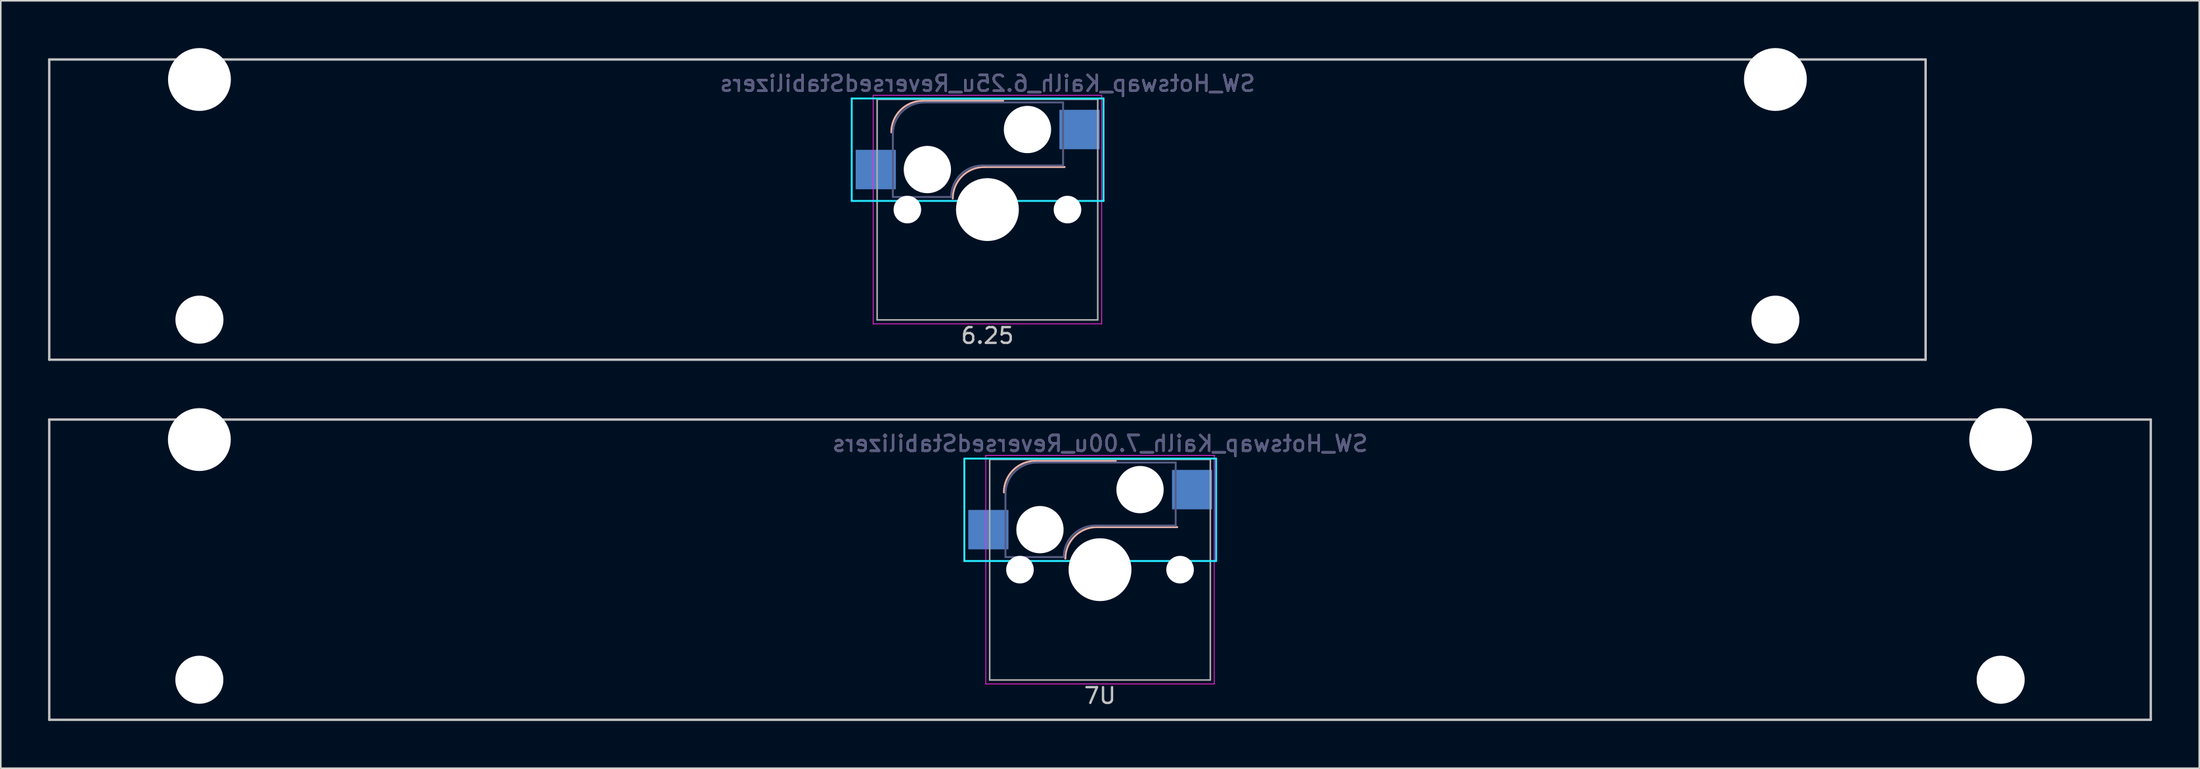
<source format=kicad_pcb>
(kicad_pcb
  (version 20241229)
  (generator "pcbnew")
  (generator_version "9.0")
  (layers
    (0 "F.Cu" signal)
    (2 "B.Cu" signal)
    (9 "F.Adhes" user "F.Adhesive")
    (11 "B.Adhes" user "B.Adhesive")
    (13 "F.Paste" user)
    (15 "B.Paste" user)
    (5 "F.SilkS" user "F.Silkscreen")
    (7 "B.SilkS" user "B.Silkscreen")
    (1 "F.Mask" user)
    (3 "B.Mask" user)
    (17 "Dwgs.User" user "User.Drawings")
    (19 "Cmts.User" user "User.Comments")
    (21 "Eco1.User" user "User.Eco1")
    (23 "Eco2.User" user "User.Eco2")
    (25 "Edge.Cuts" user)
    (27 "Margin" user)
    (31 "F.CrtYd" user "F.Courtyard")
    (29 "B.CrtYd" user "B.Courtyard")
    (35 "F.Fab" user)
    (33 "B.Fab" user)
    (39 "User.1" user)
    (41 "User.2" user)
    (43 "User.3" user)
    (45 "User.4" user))
  (footprint "SW_Hotswap_Kailh_6.25u_ReversedStabilizers"
    (layer "F.Cu")
    (at 59.606 10.249)
    (property "Reference" "SW_Hotswap_Kailh_6.25u_ReversedStabilizers" (at 0 -8 0) (layer "B.SilkS") (effects (font (size 1 1) (thickness 0.15)) (justify mirror)))
    (attr smd)
    (fp_line (start 1 -6.9) (end -4.1 -6.9) (stroke (width 0.12) (type solid)) (layer "B.SilkS"))
    (fp_line (start 4.9 -2.7) (end -0.2 -2.7) (stroke (width 0.12) (type solid)) (layer "B.SilkS"))
    (fp_arc (start -6.1 -4.9) (mid -5.514214 -6.314214) (end -4.1 -6.9) (stroke (width 0.12) (type solid)) (layer "B.SilkS"))
    (fp_arc (start -2.2 -0.7) (mid -1.614214 -2.114214) (end -0.2 -2.7) (stroke (width 0.12) (type solid)) (layer "B.SilkS"))
    (fp_line (start -59.531 -9.525) (end 59.531 -9.525) (stroke (width 0.15) (type solid)) (layer "Dwgs.User"))
    (fp_line (start -59.531 9.525) (end -59.531 -9.525) (stroke (width 0.15) (type solid)) (layer "Dwgs.User"))
    (fp_line (start 59.531 -9.525) (end 59.531 9.525) (stroke (width 0.15) (type solid)) (layer "Dwgs.User"))
    (fp_line (start 59.531 9.525) (end -59.531 9.525) (stroke (width 0.15) (type solid)) (layer "Dwgs.User"))
    (fp_line (start -8.61 -7.05) (end 7.367 -7.05) (stroke (width 0.12) (type solid)) (layer "B.CrtYd"))
    (fp_line (start -8.61 -0.55) (end -8.61 -7.05) (stroke (width 0.12) (type solid)) (layer "B.CrtYd"))
    (fp_line (start -8.61 -0.55) (end 7.367 -0.55) (stroke (width 0.12) (type solid)) (layer "B.CrtYd"))
    (fp_line (start 7.367 -7.05) (end 7.367 -0.55) (stroke (width 0.12) (type solid)) (layer "B.CrtYd"))
    (fp_line (start -7.25 -7.25) (end 7.25 -7.25) (stroke (width 0.05) (type solid)) (layer "F.CrtYd"))
    (fp_line (start -7.25 7.25) (end -7.25 -7.25) (stroke (width 0.05) (type solid)) (layer "F.CrtYd"))
    (fp_line (start 7.25 -7.25) (end 7.25 7.25) (stroke (width 0.05) (type solid)) (layer "F.CrtYd"))
    (fp_line (start 7.25 7.25) (end -7.25 7.25) (stroke (width 0.05) (type solid)) (layer "F.CrtYd"))
    (fp_line (start -6 -0.8) (end -6 -4.8) (stroke (width 0.12) (type solid)) (layer "B.Fab"))
    (fp_line (start -6 -0.8) (end -2.3 -0.8) (stroke (width 0.12) (type solid)) (layer "B.Fab"))
    (fp_line (start -4 -6.8) (end 4.8 -6.8) (stroke (width 0.12) (type solid)) (layer "B.Fab"))
    (fp_line (start -0.3 -2.8) (end 4.8 -2.8) (stroke (width 0.12) (type solid)) (layer "B.Fab"))
    (fp_line (start 4.8 -6.8) (end 4.8 -2.8) (stroke (width 0.12) (type solid)) (layer "B.Fab"))
    (fp_arc (start -6 -4.8) (mid -5.414214 -6.214214) (end -4 -6.8) (stroke (width 0.12) (type solid)) (layer "B.Fab"))
    (fp_arc (start -2.3 -0.8) (mid -1.714214 -2.214214) (end -0.3 -2.8) (stroke (width 0.12) (type solid)) (layer "B.Fab"))
    (fp_line (start -7 -7) (end 7 -7) (stroke (width 0.1) (type solid)) (layer "F.Fab"))
    (fp_line (start -7 7) (end -7 -7) (stroke (width 0.1) (type solid)) (layer "F.Fab"))
    (fp_line (start 7 -7) (end 7 7) (stroke (width 0.1) (type solid)) (layer "F.Fab"))
    (fp_line (start 7 7) (end -7 7) (stroke (width 0.1) (type solid)) (layer "F.Fab"))
    (fp_text user "6.25" (at 0 8 0) (layer "Dwgs.User") (effects (font (size 1 1) (thickness 0.15))))
    (fp_text user "${REFERENCE}" (at 0 -8 0) (layer "B.Fab") (effects (font (size 1 1) (thickness 0.15)) (justify mirror)))
    (pad "" np_thru_hole circle (at -50 -8.255) (size 3.988 3.988) (drill 3.988) (layers "*.Cu" "*.Mask"))
    (pad "" np_thru_hole circle (at -50 6.985) (size 3.048 3.048) (drill 3.048) (layers "*.Cu" "*.Mask"))
    (pad "" np_thru_hole circle (at -5.08 0 48.1) (size 1.75 1.75) (drill 1.75) (layers "*.Cu" "*.Mask"))
    (pad "" np_thru_hole circle (at -3.81 -2.54) (size 3 3) (drill 3) (layers "*.Cu" "*.Mask"))
    (pad "" np_thru_hole circle (at 0 0) (size 3.988 3.988) (drill 3.988) (layers "*.Cu" "*.Mask"))
    (pad "" np_thru_hole circle (at 2.54 -5.08) (size 3 3) (drill 3) (layers "*.Cu" "*.Mask"))
    (pad "" np_thru_hole circle (at 5.08 0 48.1) (size 1.75 1.75) (drill 1.75) (layers "*.Cu" "*.Mask"))
    (pad "" np_thru_hole circle (at 50 -8.255) (size 3.988 3.988) (drill 3.988) (layers "*.Cu" "*.Mask"))
    (pad "" np_thru_hole circle (at 50 6.985) (size 3.048 3.048) (drill 3.048) (layers "*.Cu" "*.Mask"))
    (pad "1" smd rect (at -7.085 -2.54) (size 2.55 2.5) (layers "B.Cu" "B.Mask" "B.Paste"))
    (pad "2" smd rect (at 5.842 -5.08) (size 2.55 2.5) (layers "B.Cu" "B.Mask" "B.Paste")))
  (footprint "SW_Hotswap_Kailh_7.00u_ReversedStabilizers"
    (layer "F.Cu")
    (at 66.75 33.098)
    (property "Reference" "SW_Hotswap_Kailh_7.00u_ReversedStabilizers" (at 0 -8 0) (layer "B.SilkS") (effects (font (size 1 1) (thickness 0.15)) (justify mirror)))
    (attr smd)
    (fp_line (start 1 -6.9) (end -4.1 -6.9) (stroke (width 0.12) (type solid)) (layer "B.SilkS"))
    (fp_line (start 4.9 -2.7) (end -0.2 -2.7) (stroke (width 0.12) (type solid)) (layer "B.SilkS"))
    (fp_arc (start -6.1 -4.9) (mid -5.514214 -6.314214) (end -4.1 -6.9) (stroke (width 0.12) (type solid)) (layer "B.SilkS"))
    (fp_arc (start -2.2 -0.7) (mid -1.614214 -2.114214) (end -0.2 -2.7) (stroke (width 0.12) (type solid)) (layer "B.SilkS"))
    (fp_line (start -66.675 -9.525) (end 66.675 -9.525) (stroke (width 0.15) (type solid)) (layer "Dwgs.User"))
    (fp_line (start -66.675 9.525) (end -66.675 -9.525) (stroke (width 0.15) (type solid)) (layer "Dwgs.User"))
    (fp_line (start 66.675 -9.525) (end 66.675 9.525) (stroke (width 0.15) (type solid)) (layer "Dwgs.User"))
    (fp_line (start 66.675 9.525) (end -66.675 9.525) (stroke (width 0.15) (type solid)) (layer "Dwgs.User"))
    (fp_line (start -8.61 -7.05) (end 7.367 -7.05) (stroke (width 0.12) (type solid)) (layer "B.CrtYd"))
    (fp_line (start -8.61 -0.55) (end -8.61 -7.05) (stroke (width 0.12) (type solid)) (layer "B.CrtYd"))
    (fp_line (start -8.61 -0.55) (end 7.367 -0.55) (stroke (width 0.12) (type solid)) (layer "B.CrtYd"))
    (fp_line (start 7.367 -7.05) (end 7.367 -0.55) (stroke (width 0.12) (type solid)) (layer "B.CrtYd"))
    (fp_line (start -7.25 -7.25) (end 7.25 -7.25) (stroke (width 0.05) (type solid)) (layer "F.CrtYd"))
    (fp_line (start -7.25 7.25) (end -7.25 -7.25) (stroke (width 0.05) (type solid)) (layer "F.CrtYd"))
    (fp_line (start 7.25 -7.25) (end 7.25 7.25) (stroke (width 0.05) (type solid)) (layer "F.CrtYd"))
    (fp_line (start 7.25 7.25) (end -7.25 7.25) (stroke (width 0.05) (type solid)) (layer "F.CrtYd"))
    (fp_line (start -6 -0.8) (end -6 -4.8) (stroke (width 0.12) (type solid)) (layer "B.Fab"))
    (fp_line (start -6 -0.8) (end -2.3 -0.8) (stroke (width 0.12) (type solid)) (layer "B.Fab"))
    (fp_line (start -4 -6.8) (end 4.8 -6.8) (stroke (width 0.12) (type solid)) (layer "B.Fab"))
    (fp_line (start -0.3 -2.8) (end 4.8 -2.8) (stroke (width 0.12) (type solid)) (layer "B.Fab"))
    (fp_line (start 4.8 -6.8) (end 4.8 -2.8) (stroke (width 0.12) (type solid)) (layer "B.Fab"))
    (fp_arc (start -6 -4.8) (mid -5.414214 -6.214214) (end -4 -6.8) (stroke (width 0.12) (type solid)) (layer "B.Fab"))
    (fp_arc (start -2.3 -0.8) (mid -1.714214 -2.214214) (end -0.3 -2.8) (stroke (width 0.12) (type solid)) (layer "B.Fab"))
    (fp_line (start -7 -7) (end 7 -7) (stroke (width 0.1) (type solid)) (layer "F.Fab"))
    (fp_line (start -7 7) (end -7 -7) (stroke (width 0.1) (type solid)) (layer "F.Fab"))
    (fp_line (start 7 -7) (end 7 7) (stroke (width 0.1) (type solid)) (layer "F.Fab"))
    (fp_line (start 7 7) (end -7 7) (stroke (width 0.1) (type solid)) (layer "F.Fab"))
    (fp_text user "7U" (at 0 8 0) (layer "Dwgs.User") (effects (font (size 1 1) (thickness 0.15))))
    (fp_text user "${REFERENCE}" (at 0 -8 0) (layer "B.Fab") (effects (font (size 1 1) (thickness 0.15)) (justify mirror)))
    (pad "" np_thru_hole circle (at -57.15 -8.255) (size 3.988 3.988) (drill 3.988) (layers "*.Cu" "*.Mask"))
    (pad "" np_thru_hole circle (at -57.15 6.985) (size 3.048 3.048) (drill 3.048) (layers "*.Cu" "*.Mask"))
    (pad "" np_thru_hole circle (at -5.08 0 48.1) (size 1.75 1.75) (drill 1.75) (layers "*.Cu" "*.Mask"))
    (pad "" np_thru_hole circle (at -3.81 -2.54) (size 3 3) (drill 3) (layers "*.Cu" "*.Mask"))
    (pad "" np_thru_hole circle (at 0 0) (size 3.988 3.988) (drill 3.988) (layers "*.Cu" "*.Mask"))
    (pad "" np_thru_hole circle (at 2.54 -5.08) (size 3 3) (drill 3) (layers "*.Cu" "*.Mask"))
    (pad "" np_thru_hole circle (at 5.08 0 48.1) (size 1.75 1.75) (drill 1.75) (layers "*.Cu" "*.Mask"))
    (pad "" np_thru_hole circle (at 57.15 -8.255) (size 3.988 3.988) (drill 3.988) (layers "*.Cu" "*.Mask"))
    (pad "" np_thru_hole circle (at 57.15 6.985) (size 3.048 3.048) (drill 3.048) (layers "*.Cu" "*.Mask"))
    (pad "1" smd rect (at -7.085 -2.54) (size 2.55 2.5) (layers "B.Cu" "B.Mask" "B.Paste"))
    (pad "2" smd rect (at 5.842 -5.08) (size 2.55 2.5) (layers "B.Cu" "B.Mask" "B.Paste")))
  (gr_rect
    (start -3 -3)
    (end 136.5 45.698)
    (stroke (width 0.1) (type default))
    (fill no)
    (layer "Edge.Cuts")))
</source>
